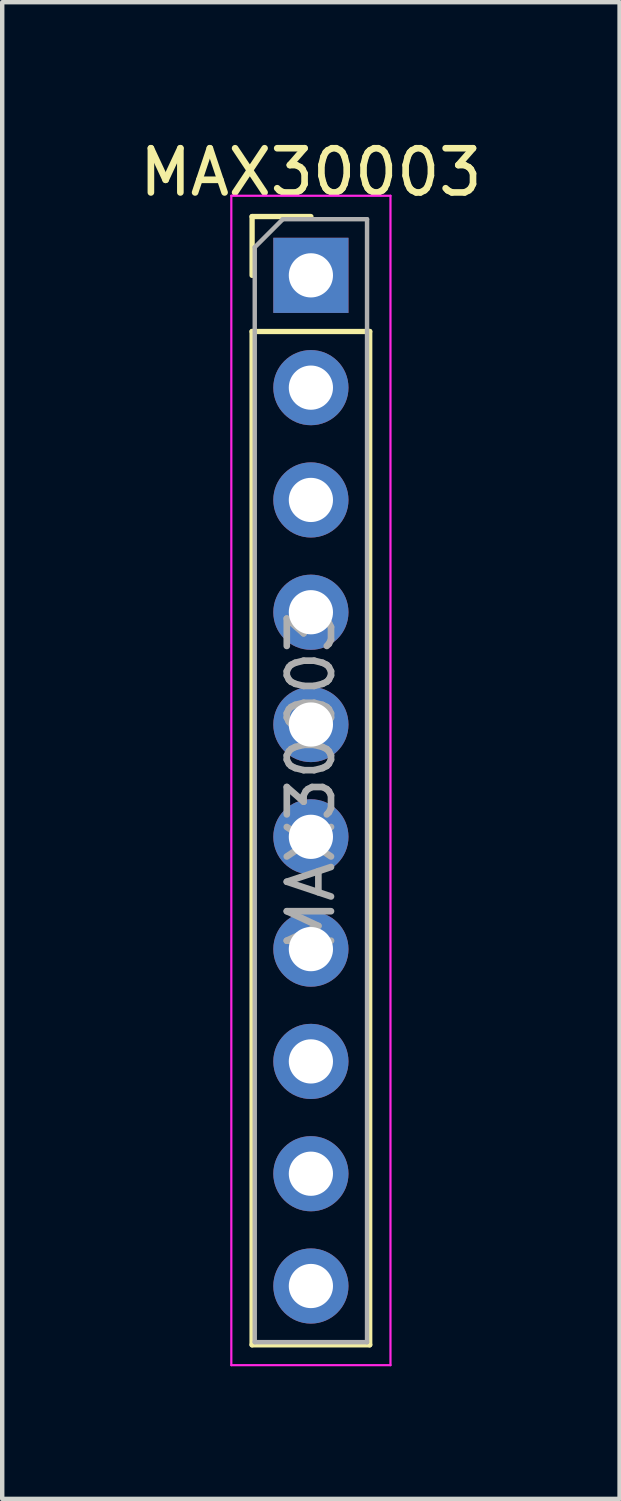
<source format=kicad_pcb>
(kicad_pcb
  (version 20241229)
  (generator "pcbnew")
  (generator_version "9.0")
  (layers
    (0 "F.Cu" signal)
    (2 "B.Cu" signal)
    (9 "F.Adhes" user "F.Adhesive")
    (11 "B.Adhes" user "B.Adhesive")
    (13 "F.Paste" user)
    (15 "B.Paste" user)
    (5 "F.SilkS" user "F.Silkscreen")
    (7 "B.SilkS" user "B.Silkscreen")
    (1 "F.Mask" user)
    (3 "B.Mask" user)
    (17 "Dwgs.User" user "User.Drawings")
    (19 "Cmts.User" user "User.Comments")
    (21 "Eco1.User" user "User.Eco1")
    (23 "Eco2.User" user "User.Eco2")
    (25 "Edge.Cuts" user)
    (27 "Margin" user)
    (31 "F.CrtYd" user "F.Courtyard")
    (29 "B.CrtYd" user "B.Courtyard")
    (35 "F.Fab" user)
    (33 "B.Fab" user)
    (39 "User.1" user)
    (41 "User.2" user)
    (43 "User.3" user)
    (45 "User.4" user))
  (footprint "MAX30003"
    (layer "F.Cu")
    (at 3.982 3.178)
    (property "Reference" "MAX30003" (at 0 -2.33 0) (layer "F.SilkS") (effects (font (size 1 1) (thickness 0.15))))
    (attr through_hole)
    (fp_line (start -1.33 -1.33) (end 0 -1.33) (stroke (width 0.12) (type solid)) (layer "F.SilkS"))
    (fp_line (start -1.33 0) (end -1.33 -1.33) (stroke (width 0.12) (type solid)) (layer "F.SilkS"))
    (fp_line (start -1.33 1.27) (end -1.33 24.19) (stroke (width 0.12) (type solid)) (layer "F.SilkS"))
    (fp_line (start -1.33 1.27) (end 1.33 1.27) (stroke (width 0.12) (type solid)) (layer "F.SilkS"))
    (fp_line (start -1.33 24.19) (end 1.33 24.19) (stroke (width 0.12) (type solid)) (layer "F.SilkS"))
    (fp_line (start 1.33 1.27) (end 1.33 24.19) (stroke (width 0.12) (type solid)) (layer "F.SilkS"))
    (fp_line (start -1.8 -1.8) (end -1.8 24.65) (stroke (width 0.05) (type solid)) (layer "F.CrtYd"))
    (fp_line (start -1.8 24.65) (end 1.8 24.65) (stroke (width 0.05) (type solid)) (layer "F.CrtYd"))
    (fp_line (start 1.8 -1.8) (end -1.8 -1.8) (stroke (width 0.05) (type solid)) (layer "F.CrtYd"))
    (fp_line (start 1.8 24.65) (end 1.8 -1.8) (stroke (width 0.05) (type solid)) (layer "F.CrtYd"))
    (fp_line (start -1.27 -0.635) (end -0.635 -1.27) (stroke (width 0.1) (type solid)) (layer "F.Fab"))
    (fp_line (start -1.27 24.13) (end -1.27 -0.635) (stroke (width 0.1) (type solid)) (layer "F.Fab"))
    (fp_line (start -0.635 -1.27) (end 1.27 -1.27) (stroke (width 0.1) (type solid)) (layer "F.Fab"))
    (fp_line (start 1.27 -1.27) (end 1.27 24.13) (stroke (width 0.1) (type solid)) (layer "F.Fab"))
    (fp_line (start 1.27 24.13) (end -1.27 24.13) (stroke (width 0.1) (type solid)) (layer "F.Fab"))
    (fp_text user "${REFERENCE}" (at 0 11.43 90) (layer "F.Fab") (effects (font (size 1 1) (thickness 0.15))))
    (pad "1" thru_hole rect (at 0 0) (size 1.7 1.7) (drill 1) (layers "*.Cu" "*.Mask"))
    (pad "2" thru_hole oval (at 0 2.54) (size 1.7 1.7) (drill 1) (layers "*.Cu" "*.Mask"))
    (pad "3" thru_hole oval (at 0 5.08) (size 1.7 1.7) (drill 1) (layers "*.Cu" "*.Mask"))
    (pad "4" thru_hole oval (at 0 7.62) (size 1.7 1.7) (drill 1) (layers "*.Cu" "*.Mask"))
    (pad "5" thru_hole oval (at 0 10.16) (size 1.7 1.7) (drill 1) (layers "*.Cu" "*.Mask"))
    (pad "6" thru_hole oval (at 0 12.7) (size 1.7 1.7) (drill 1) (layers "*.Cu" "*.Mask"))
    (pad "7" thru_hole oval (at 0 15.24) (size 1.7 1.7) (drill 1) (layers "*.Cu" "*.Mask"))
    (pad "8" thru_hole oval (at 0 17.78) (size 1.7 1.7) (drill 1) (layers "*.Cu" "*.Mask"))
    (pad "9" thru_hole oval (at 0 20.32) (size 1.7 1.7) (drill 1) (layers "*.Cu" "*.Mask"))
    (pad "10" thru_hole oval (at 0 22.86) (size 1.7 1.7) (drill 1) (layers "*.Cu" "*.Mask")))
  (gr_rect
    (start -3 -3)
    (end 10.964 30.853)
    (stroke (width 0.1) (type default))
    (fill no)
    (layer "Edge.Cuts")))
</source>
